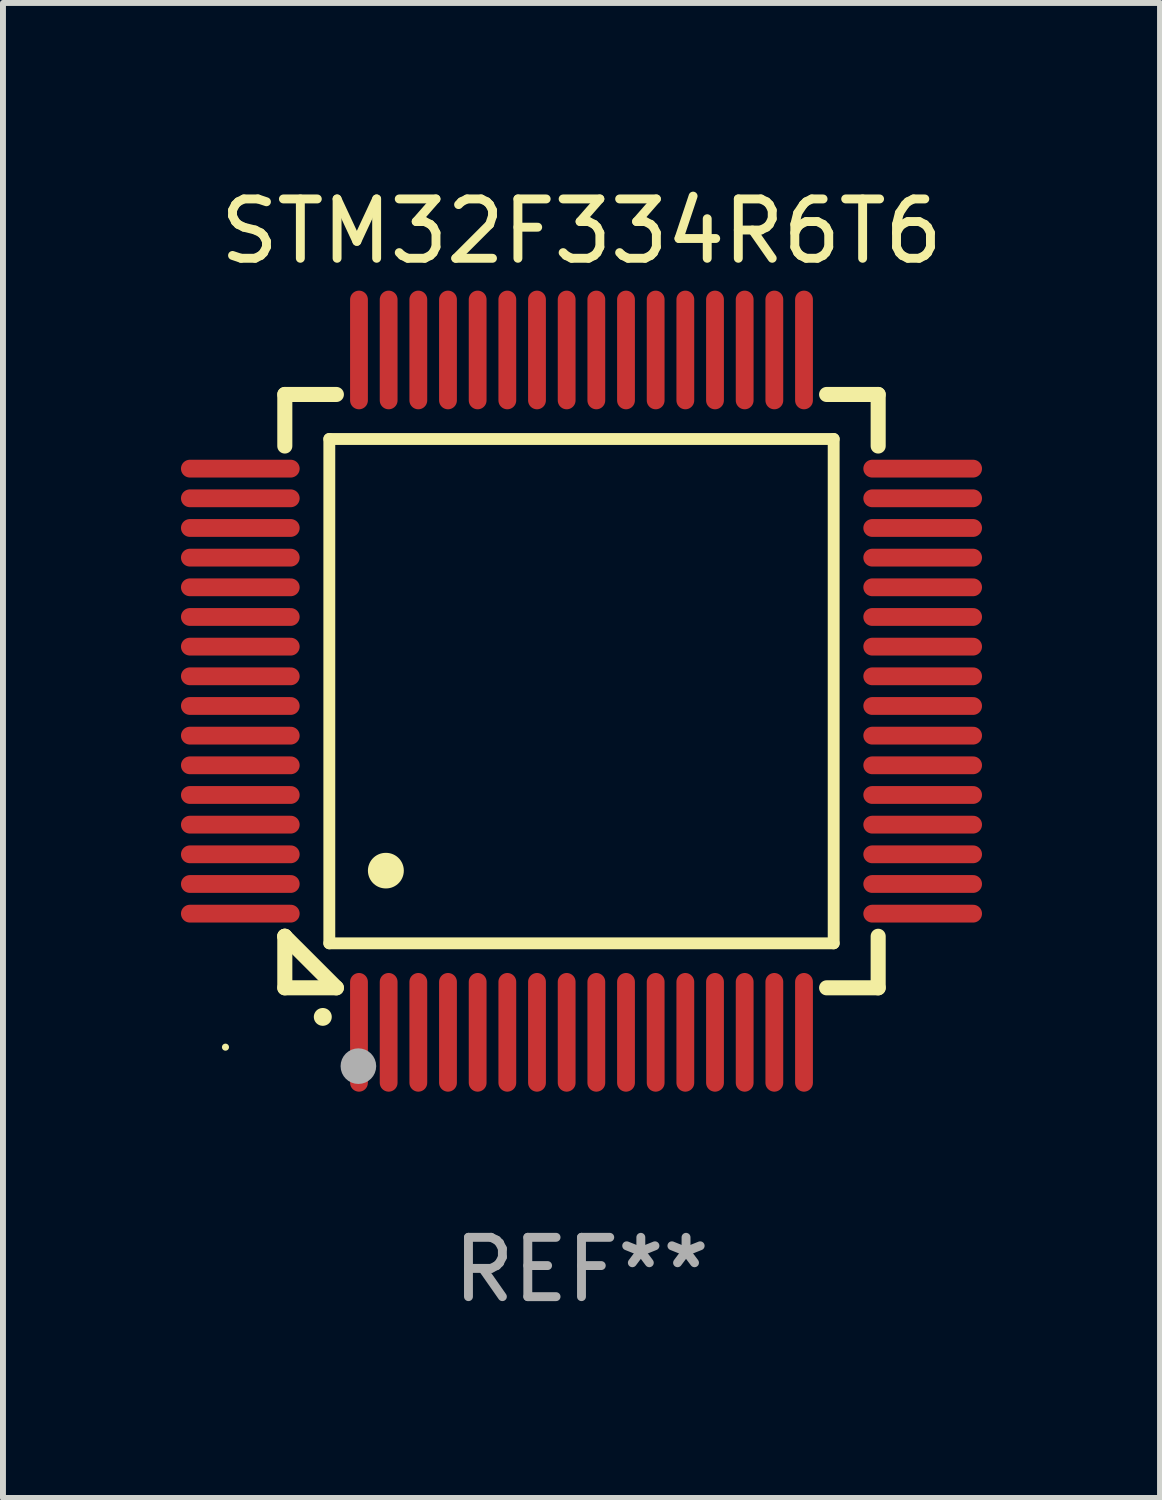
<source format=kicad_pcb>
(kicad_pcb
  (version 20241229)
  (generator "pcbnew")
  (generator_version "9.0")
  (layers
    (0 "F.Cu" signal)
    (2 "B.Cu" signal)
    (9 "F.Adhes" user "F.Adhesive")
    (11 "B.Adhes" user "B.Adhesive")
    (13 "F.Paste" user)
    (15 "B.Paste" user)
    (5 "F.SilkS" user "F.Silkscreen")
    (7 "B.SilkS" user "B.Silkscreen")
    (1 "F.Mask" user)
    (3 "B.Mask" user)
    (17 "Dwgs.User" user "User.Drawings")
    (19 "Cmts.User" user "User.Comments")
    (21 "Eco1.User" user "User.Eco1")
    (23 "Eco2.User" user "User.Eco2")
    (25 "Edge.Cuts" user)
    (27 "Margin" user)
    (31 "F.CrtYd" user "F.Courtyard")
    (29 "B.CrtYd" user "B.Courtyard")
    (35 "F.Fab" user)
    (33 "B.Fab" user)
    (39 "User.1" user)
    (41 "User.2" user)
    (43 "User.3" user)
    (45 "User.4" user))
  (footprint "STM32F334R6T6"
    (layer "F.Cu")
    (at 6.75 8.598)
    (property "Reference" "STM32F334R6T6" (at 0 -7.75 0) (layer "F.SilkS") (effects (font (size 1 1) (thickness 0.15))))
    (attr through_hole)
    (fp_line (start -5 -5) (end -4.131 -5) (stroke (width 0.254) (type solid)) (layer "F.SilkS"))
    (fp_line (start -5 -4.131) (end -5 -5) (stroke (width 0.254) (type solid)) (layer "F.SilkS"))
    (fp_line (start -5 4.131) (end -5 4.131) (stroke (width 0.254) (type solid)) (layer "F.SilkS"))
    (fp_line (start -5 5) (end -5 4.131) (stroke (width 0.254) (type solid)) (layer "F.SilkS"))
    (fp_line (start -5 4.131) (end -4.131 5) (stroke (width 0.254) (type solid)) (layer "F.SilkS"))
    (fp_line (start -4.25 -4.25) (end -4.25 4.25) (stroke (width 0.2) (type solid)) (layer "F.SilkS"))
    (fp_line (start -4.25 4.25) (end 4.25 4.25) (stroke (width 0.2) (type solid)) (layer "F.SilkS"))
    (fp_line (start -4.131 5) (end -5 5) (stroke (width 0.254) (type solid)) (layer "F.SilkS"))
    (fp_line (start 4.25 -4.25) (end -4.25 -4.25) (stroke (width 0.2) (type solid)) (layer "F.SilkS"))
    (fp_line (start 4.25 4.25) (end 4.25 -4.25) (stroke (width 0.2) (type solid)) (layer "F.SilkS"))
    (fp_line (start 5 -5) (end 4.131 -5) (stroke (width 0.254) (type solid)) (layer "F.SilkS"))
    (fp_line (start 5 -5) (end 5 -4.131) (stroke (width 0.254) (type solid)) (layer "F.SilkS"))
    (fp_line (start 5 4.131) (end 5 5) (stroke (width 0.254) (type solid)) (layer "F.SilkS"))
    (fp_line (start 5 5) (end 4.131 5) (stroke (width 0.254) (type solid)) (layer "F.SilkS"))
    (fp_arc (start -4.361265 5.489992) (mid -4.359995 5.489987) (end -4.358725 5.489992) (stroke (width 0.3) (type solid)) (layer "F.SilkS"))
    (fp_arc (start -3.299467 3.025146) (mid -3.296927 3.025135) (end -3.294387 3.025146) (stroke (width 0.6) (type solid)) (layer "F.SilkS"))
    (fp_circle (center -6 6) (end -5.97 6) (stroke (width 0.06) (type solid)) (fill no) (layer "F.SilkS"))
    (fp_circle (center -3.76 6.32) (end -3.61 6.32) (stroke (width 0.3) (type solid)) (fill no) (layer "F.Fab"))
    (fp_text user "REF**" (at 0 9.75 0) (layer "F.Fab") (effects (font (size 1 1) (thickness 0.15))))
    (pad "1" smd oval (at -3.75 5.75) (size 0.3 2) (layers "F.Cu" "F.Mask" "F.Paste"))
    (pad "2" smd oval (at -3.25 5.75) (size 0.3 2) (layers "F.Cu" "F.Mask" "F.Paste"))
    (pad "3" smd oval (at -2.75 5.75) (size 0.3 2) (layers "F.Cu" "F.Mask" "F.Paste"))
    (pad "4" smd oval (at -2.25 5.75) (size 0.3 2) (layers "F.Cu" "F.Mask" "F.Paste"))
    (pad "5" smd oval (at -1.75 5.75) (size 0.3 2) (layers "F.Cu" "F.Mask" "F.Paste"))
    (pad "6" smd oval (at -1.25 5.75) (size 0.3 2) (layers "F.Cu" "F.Mask" "F.Paste"))
    (pad "7" smd oval (at -0.75 5.75) (size 0.3 2) (layers "F.Cu" "F.Mask" "F.Paste"))
    (pad "8" smd oval (at -0.25 5.75) (size 0.3 2) (layers "F.Cu" "F.Mask" "F.Paste"))
    (pad "9" smd oval (at 0.25 5.75) (size 0.3 2) (layers "F.Cu" "F.Mask" "F.Paste"))
    (pad "10" smd oval (at 0.75 5.75) (size 0.3 2) (layers "F.Cu" "F.Mask" "F.Paste"))
    (pad "11" smd oval (at 1.25 5.75) (size 0.3 2) (layers "F.Cu" "F.Mask" "F.Paste"))
    (pad "12" smd oval (at 1.75 5.75) (size 0.3 2) (layers "F.Cu" "F.Mask" "F.Paste"))
    (pad "13" smd oval (at 2.25 5.75) (size 0.3 2) (layers "F.Cu" "F.Mask" "F.Paste"))
    (pad "14" smd oval (at 2.75 5.75) (size 0.3 2) (layers "F.Cu" "F.Mask" "F.Paste"))
    (pad "15" smd oval (at 3.25 5.75) (size 0.3 2) (layers "F.Cu" "F.Mask" "F.Paste"))
    (pad "16" smd oval (at 3.75 5.75) (size 0.3 2) (layers "F.Cu" "F.Mask" "F.Paste"))
    (pad "17" smd oval (at 5.75 3.75) (size 2 0.3) (layers "F.Cu" "F.Mask" "F.Paste"))
    (pad "18" smd oval (at 5.75 3.25) (size 2 0.3) (layers "F.Cu" "F.Mask" "F.Paste"))
    (pad "19" smd oval (at 5.75 2.75) (size 2 0.3) (layers "F.Cu" "F.Mask" "F.Paste"))
    (pad "20" smd oval (at 5.75 2.25) (size 2 0.3) (layers "F.Cu" "F.Mask" "F.Paste"))
    (pad "21" smd oval (at 5.75 1.75) (size 2 0.3) (layers "F.Cu" "F.Mask" "F.Paste"))
    (pad "22" smd oval (at 5.75 1.25) (size 2 0.3) (layers "F.Cu" "F.Mask" "F.Paste"))
    (pad "23" smd oval (at 5.75 0.75) (size 2 0.3) (layers "F.Cu" "F.Mask" "F.Paste"))
    (pad "24" smd oval (at 5.75 0.25) (size 2 0.3) (layers "F.Cu" "F.Mask" "F.Paste"))
    (pad "25" smd oval (at 5.75 -0.25) (size 2 0.3) (layers "F.Cu" "F.Mask" "F.Paste"))
    (pad "26" smd oval (at 5.75 -0.75) (size 2 0.3) (layers "F.Cu" "F.Mask" "F.Paste"))
    (pad "27" smd oval (at 5.75 -1.25) (size 2 0.3) (layers "F.Cu" "F.Mask" "F.Paste"))
    (pad "28" smd oval (at 5.75 -1.75) (size 2 0.3) (layers "F.Cu" "F.Mask" "F.Paste"))
    (pad "29" smd oval (at 5.75 -2.25) (size 2 0.3) (layers "F.Cu" "F.Mask" "F.Paste"))
    (pad "30" smd oval (at 5.75 -2.75) (size 2 0.3) (layers "F.Cu" "F.Mask" "F.Paste"))
    (pad "31" smd oval (at 5.75 -3.25) (size 2 0.3) (layers "F.Cu" "F.Mask" "F.Paste"))
    (pad "32" smd oval (at 5.75 -3.75) (size 2 0.3) (layers "F.Cu" "F.Mask" "F.Paste"))
    (pad "33" smd oval (at 3.75 -5.75) (size 0.3 2) (layers "F.Cu" "F.Mask" "F.Paste"))
    (pad "34" smd oval (at 3.25 -5.75) (size 0.3 2) (layers "F.Cu" "F.Mask" "F.Paste"))
    (pad "35" smd oval (at 2.75 -5.75) (size 0.3 2) (layers "F.Cu" "F.Mask" "F.Paste"))
    (pad "36" smd oval (at 2.25 -5.75) (size 0.3 2) (layers "F.Cu" "F.Mask" "F.Paste"))
    (pad "37" smd oval (at 1.75 -5.75) (size 0.3 2) (layers "F.Cu" "F.Mask" "F.Paste"))
    (pad "38" smd oval (at 1.25 -5.75) (size 0.3 2) (layers "F.Cu" "F.Mask" "F.Paste"))
    (pad "39" smd oval (at 0.75 -5.75) (size 0.3 2) (layers "F.Cu" "F.Mask" "F.Paste"))
    (pad "40" smd oval (at 0.25 -5.75) (size 0.3 2) (layers "F.Cu" "F.Mask" "F.Paste"))
    (pad "41" smd oval (at -0.25 -5.75) (size 0.3 2) (layers "F.Cu" "F.Mask" "F.Paste"))
    (pad "42" smd oval (at -0.75 -5.75) (size 0.3 2) (layers "F.Cu" "F.Mask" "F.Paste"))
    (pad "43" smd oval (at -1.25 -5.75) (size 0.3 2) (layers "F.Cu" "F.Mask" "F.Paste"))
    (pad "44" smd oval (at -1.75 -5.75) (size 0.3 2) (layers "F.Cu" "F.Mask" "F.Paste"))
    (pad "45" smd oval (at -2.25 -5.75) (size 0.3 2) (layers "F.Cu" "F.Mask" "F.Paste"))
    (pad "46" smd oval (at -2.75 -5.75) (size 0.3 2) (layers "F.Cu" "F.Mask" "F.Paste"))
    (pad "47" smd oval (at -3.25 -5.75) (size 0.3 2) (layers "F.Cu" "F.Mask" "F.Paste"))
    (pad "48" smd oval (at -3.75 -5.75) (size 0.3 2) (layers "F.Cu" "F.Mask" "F.Paste"))
    (pad "49" smd oval (at -5.75 -3.75) (size 2 0.3) (layers "F.Cu" "F.Mask" "F.Paste"))
    (pad "50" smd oval (at -5.75 -3.25) (size 2 0.3) (layers "F.Cu" "F.Mask" "F.Paste"))
    (pad "51" smd oval (at -5.75 -2.75) (size 2 0.3) (layers "F.Cu" "F.Mask" "F.Paste"))
    (pad "52" smd oval (at -5.75 -2.25) (size 2 0.3) (layers "F.Cu" "F.Mask" "F.Paste"))
    (pad "53" smd oval (at -5.75 -1.75) (size 2 0.3) (layers "F.Cu" "F.Mask" "F.Paste"))
    (pad "54" smd oval (at -5.75 -1.25) (size 2 0.3) (layers "F.Cu" "F.Mask" "F.Paste"))
    (pad "55" smd oval (at -5.75 -0.75) (size 2 0.3) (layers "F.Cu" "F.Mask" "F.Paste"))
    (pad "56" smd oval (at -5.75 -0.25) (size 2 0.3) (layers "F.Cu" "F.Mask" "F.Paste"))
    (pad "57" smd oval (at -5.75 0.25) (size 2 0.3) (layers "F.Cu" "F.Mask" "F.Paste"))
    (pad "58" smd oval (at -5.75 0.75) (size 2 0.3) (layers "F.Cu" "F.Mask" "F.Paste"))
    (pad "59" smd oval (at -5.75 1.25) (size 2 0.3) (layers "F.Cu" "F.Mask" "F.Paste"))
    (pad "60" smd oval (at -5.75 1.75) (size 2 0.3) (layers "F.Cu" "F.Mask" "F.Paste"))
    (pad "61" smd oval (at -5.75 2.25) (size 2 0.3) (layers "F.Cu" "F.Mask" "F.Paste"))
    (pad "62" smd oval (at -5.75 2.75) (size 2 0.3) (layers "F.Cu" "F.Mask" "F.Paste"))
    (pad "63" smd oval (at -5.75 3.25) (size 2 0.3) (layers "F.Cu" "F.Mask" "F.Paste"))
    (pad "64" smd oval (at -5.75 3.75) (size 2 0.3) (layers "F.Cu" "F.Mask" "F.Paste")))
  (gr_rect
    (start -3 -3)
    (end 16.5 22.196)
    (stroke (width 0.1) (type default))
    (fill no)
    (layer "Edge.Cuts")))
</source>
